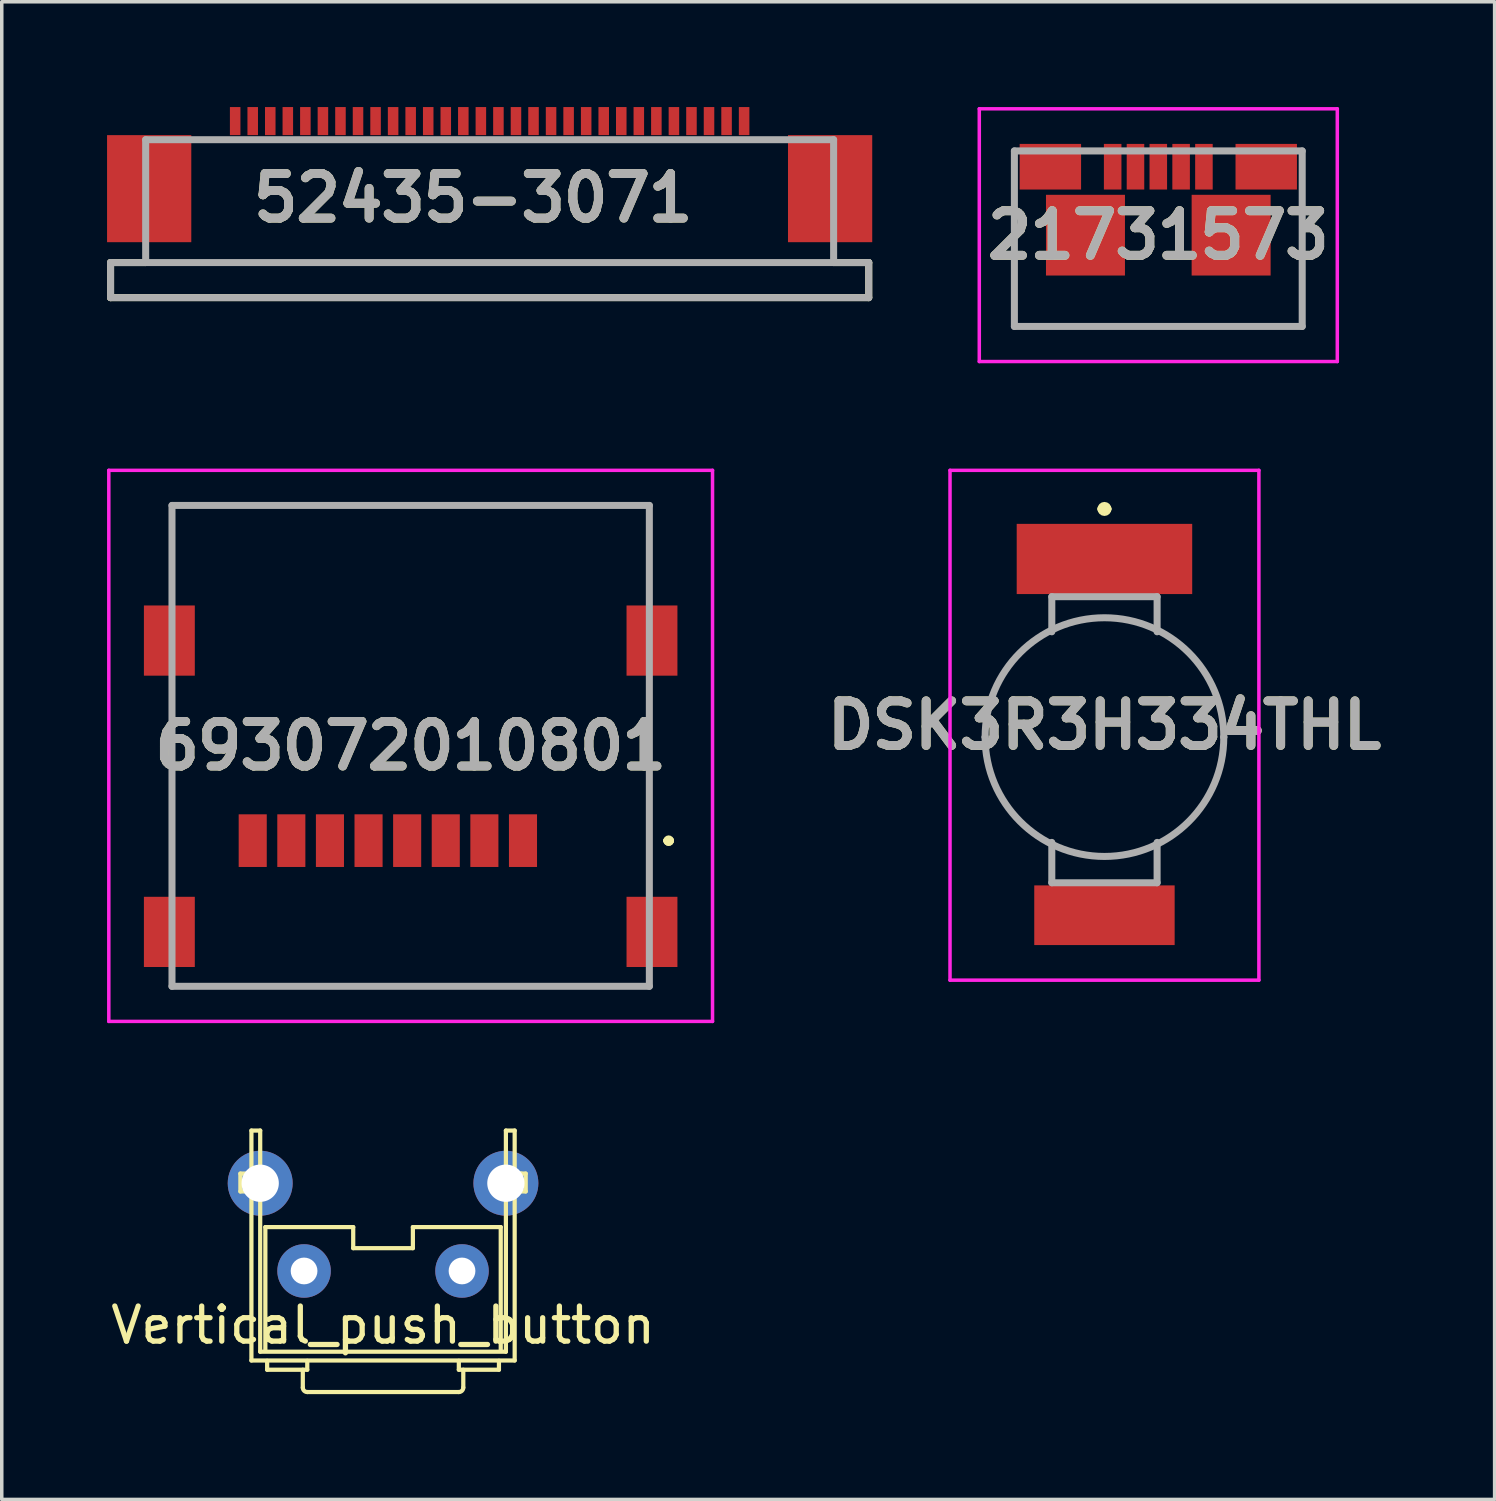
<source format=kicad_pcb>
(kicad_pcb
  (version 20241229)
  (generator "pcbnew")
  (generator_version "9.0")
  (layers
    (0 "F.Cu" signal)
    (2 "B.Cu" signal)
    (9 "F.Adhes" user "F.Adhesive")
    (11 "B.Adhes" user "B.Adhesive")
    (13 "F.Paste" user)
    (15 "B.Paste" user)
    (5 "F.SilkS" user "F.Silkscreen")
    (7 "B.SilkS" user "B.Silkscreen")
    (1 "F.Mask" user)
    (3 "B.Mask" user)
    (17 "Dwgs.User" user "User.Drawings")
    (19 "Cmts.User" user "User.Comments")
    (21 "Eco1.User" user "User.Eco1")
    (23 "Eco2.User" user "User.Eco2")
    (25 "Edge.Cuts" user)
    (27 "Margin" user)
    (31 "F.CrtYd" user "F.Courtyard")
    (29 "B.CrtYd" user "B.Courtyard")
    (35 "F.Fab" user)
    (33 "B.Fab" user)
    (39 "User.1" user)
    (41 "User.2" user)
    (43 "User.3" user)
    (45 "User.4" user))
  (footprint "21731573"
    (layer "F.Cu")
    (at 29.95 3.75)
    (property "Reference" "21731573" (at 0 -0.1 0) (layer "F.SilkS") (effects (font (size 1.27 1.27) (thickness 0.254))))
    (attr smd)
    (fp_line (start -4.1 -2.5) (end -4.1 -2.5) (stroke (width 0.1) (type solid)) (layer "F.SilkS"))
    (fp_line (start -4.1 -2.5) (end -4.1 2.5) (stroke (width 0.1) (type solid)) (layer "F.SilkS"))
    (fp_line (start -4.1 2.5) (end 4.1 2.5) (stroke (width 0.1) (type solid)) (layer "F.SilkS"))
    (fp_line (start 4.1 -2.5) (end 4.1 -2.5) (stroke (width 0.1) (type solid)) (layer "F.SilkS"))
    (fp_line (start 4.1 2.5) (end 4.1 -2.5) (stroke (width 0.1) (type solid)) (layer "F.SilkS"))
    (fp_line (start -5.1 -3.7) (end 5.1 -3.7) (stroke (width 0.1) (type solid)) (layer "F.CrtYd"))
    (fp_line (start -5.1 3.5) (end -5.1 -3.7) (stroke (width 0.1) (type solid)) (layer "F.CrtYd"))
    (fp_line (start 5.1 -3.7) (end 5.1 3.5) (stroke (width 0.1) (type solid)) (layer "F.CrtYd"))
    (fp_line (start 5.1 3.5) (end -5.1 3.5) (stroke (width 0.1) (type solid)) (layer "F.CrtYd"))
    (fp_line (start -4.1 -2.5) (end -4.1 2.5) (stroke (width 0.2) (type solid)) (layer "F.Fab"))
    (fp_line (start -4.1 2.5) (end 4.1 2.5) (stroke (width 0.2) (type solid)) (layer "F.Fab"))
    (fp_line (start 4.1 -2.5) (end -4.1 -2.5) (stroke (width 0.2) (type solid)) (layer "F.Fab"))
    (fp_line (start 4.1 2.5) (end 4.1 -2.5) (stroke (width 0.2) (type solid)) (layer "F.Fab"))
    (fp_text user "${REFERENCE}" (at 0 -0.1 0) (layer "F.Fab") (effects (font (size 1.27 1.27) (thickness 0.254))))
    (pad "1" smd rect (at 1.3 -2.05) (size 0.5 1.3) (layers "F.Cu" "F.Mask" "F.Paste"))
    (pad "2" smd rect (at 0.65 -2.05) (size 0.5 1.3) (layers "F.Cu" "F.Mask" "F.Paste"))
    (pad "3" smd rect (at 0 -2.05) (size 0.5 1.3) (layers "F.Cu" "F.Mask" "F.Paste"))
    (pad "4" smd rect (at -0.65 -2.05) (size 0.5 1.3) (layers "F.Cu" "F.Mask" "F.Paste"))
    (pad "5" smd rect (at -1.3 -2.05) (size 0.5 1.3) (layers "F.Cu" "F.Mask" "F.Paste"))
    (pad "6" smd rect (at -3.075 -2.05 90) (size 1.3 1.75) (layers "F.Cu" "F.Mask" "F.Paste"))
    (pad "6" smd rect (at -2.075 -0.1) (size 2.25 2.3) (layers "F.Cu" "F.Mask" "F.Paste"))
    (pad "6" smd rect (at 2.075 -0.1) (size 2.25 2.3) (layers "F.Cu" "F.Mask" "F.Paste"))
    (pad "6" smd rect (at 3.075 -2.05 90) (size 1.3 1.75) (layers "F.Cu" "F.Mask" "F.Paste")))
  (footprint "DSK3R3H334THL"
    (layer "F.Cu")
    (at 28.416 17.95)
    (property "Reference" "DSK3R3H334THL" (at 0 -0.337 0) (layer "F.SilkS") (effects (font (size 1.27 1.27) (thickness 0.254))))
    (attr smd)
    (fp_line (start -3.4 0) (end -3.4 0) (stroke (width 0.1) (type solid)) (layer "F.SilkS"))
    (fp_line (start -1.5 -3) (end -1.5 -3.5) (stroke (width 0.1) (type solid)) (layer "F.SilkS"))
    (fp_line (start -1.5 3) (end -1.5 3.5) (stroke (width 0.1) (type solid)) (layer "F.SilkS"))
    (fp_line (start -0.1 -6.5) (end -0.1 -6.5) (stroke (width 0.2) (type solid)) (layer "F.SilkS"))
    (fp_line (start 0.1 -6.5) (end 0.1 -6.5) (stroke (width 0.2) (type solid)) (layer "F.SilkS"))
    (fp_line (start 1.5 -3) (end 1.5 -3.5) (stroke (width 0.1) (type solid)) (layer "F.SilkS"))
    (fp_line (start 1.5 3) (end 1.5 3.5) (stroke (width 0.1) (type solid)) (layer "F.SilkS"))
    (fp_line (start 3.4 0) (end 3.4 0) (stroke (width 0.1) (type solid)) (layer "F.SilkS"))
    (fp_arc (start -3.4 0) (mid 0 -3.4) (end 3.4 0) (stroke (width 0.1) (type solid)) (layer "F.SilkS"))
    (fp_arc (start -0.1 -6.5) (mid 0 -6.6) (end 0.1 -6.5) (stroke (width 0.2) (type solid)) (layer "F.SilkS"))
    (fp_arc (start 0.1 -6.5) (mid 0 -6.4) (end -0.1 -6.5) (stroke (width 0.2) (type solid)) (layer "F.SilkS"))
    (fp_arc (start 3.4 0) (mid 0 3.4) (end -3.4 0) (stroke (width 0.1) (type solid)) (layer "F.SilkS"))
    (fp_line (start -4.4 -7.6) (end 4.4 -7.6) (stroke (width 0.1) (type solid)) (layer "F.CrtYd"))
    (fp_line (start -4.4 6.925) (end -4.4 -7.6) (stroke (width 0.1) (type solid)) (layer "F.CrtYd"))
    (fp_line (start 4.4 -7.6) (end 4.4 6.925) (stroke (width 0.1) (type solid)) (layer "F.CrtYd"))
    (fp_line (start 4.4 6.925) (end -4.4 6.925) (stroke (width 0.1) (type solid)) (layer "F.CrtYd"))
    (fp_line (start -3.4 0) (end -3.4 0) (stroke (width 0.2) (type solid)) (layer "F.Fab"))
    (fp_line (start -1.5 -4) (end 1.5 -4) (stroke (width 0.2) (type solid)) (layer "F.Fab"))
    (fp_line (start -1.5 -3) (end -1.5 -4) (stroke (width 0.2) (type solid)) (layer "F.Fab"))
    (fp_line (start -1.5 3) (end -1.5 4.15) (stroke (width 0.2) (type solid)) (layer "F.Fab"))
    (fp_line (start -1.5 4.15) (end 1.5 4.15) (stroke (width 0.2) (type solid)) (layer "F.Fab"))
    (fp_line (start 1.5 -4) (end 1.5 -3) (stroke (width 0.2) (type solid)) (layer "F.Fab"))
    (fp_line (start 1.5 4.15) (end 1.5 3) (stroke (width 0.2) (type solid)) (layer "F.Fab"))
    (fp_line (start 3.4 0) (end 3.4 0) (stroke (width 0.2) (type solid)) (layer "F.Fab"))
    (fp_arc (start -3.4 0) (mid 0 -3.4) (end 3.4 0) (stroke (width 0.2) (type solid)) (layer "F.Fab"))
    (fp_arc (start 3.4 0) (mid 0 3.4) (end -3.4 0) (stroke (width 0.2) (type solid)) (layer "F.Fab"))
    (fp_text user "${REFERENCE}" (at 0 -0.337 0) (layer "F.Fab") (effects (font (size 1.27 1.27) (thickness 0.254))))
    (pad "1" smd rect (at 0 -5.075 90) (size 2 5) (layers "F.Cu" "F.Mask" "F.Paste"))
    (pad "2" smd rect (at 0 5.075 90) (size 1.7 4) (layers "F.Cu" "F.Mask" "F.Paste")))
  (footprint "52435-3071"
    (layer "F.Cu")
    (at 10.9 0.93)
    (property "Reference" "52435-3071" (at -0.47 1.66 0) (layer "F.SilkS") (effects (font (size 1.27 1.27) (thickness 0.254))))
    (attr smd)
    (fp_line (start -10.8 3.5) (end -10.8 4.5) (stroke (width 0.2) (type solid)) (layer "F.SilkS"))
    (fp_line (start -10.8 4.5) (end 10.8 4.5) (stroke (width 0.2) (type solid)) (layer "F.SilkS"))
    (fp_line (start -9.8 3.5) (end -10.8 3.5) (stroke (width 0.2) (type solid)) (layer "F.SilkS"))
    (fp_line (start 10.8 3.5) (end 9.8 3.5) (stroke (width 0.2) (type solid)) (layer "F.SilkS"))
    (fp_line (start 10.8 4.5) (end 10.8 3.5) (stroke (width 0.2) (type solid)) (layer "F.SilkS"))
    (fp_line (start -10.8 3.5) (end -10.8 4.5) (stroke (width 0.2) (type solid)) (layer "F.Fab"))
    (fp_line (start -10.8 4.5) (end 10.8 4.5) (stroke (width 0.2) (type solid)) (layer "F.Fab"))
    (fp_line (start -9.8 0) (end 9.8 0) (stroke (width 0.2) (type solid)) (layer "F.Fab"))
    (fp_line (start -9.8 3.5) (end -10.8 3.5) (stroke (width 0.2) (type solid)) (layer "F.Fab"))
    (fp_line (start -9.8 3.5) (end -9.8 0) (stroke (width 0.2) (type solid)) (layer "F.Fab"))
    (fp_line (start 9.8 0) (end 9.8 3.5) (stroke (width 0.2) (type solid)) (layer "F.Fab"))
    (fp_line (start 9.8 3.5) (end -9.8 3.5) (stroke (width 0.2) (type solid)) (layer "F.Fab"))
    (fp_line (start 9.8 3.5) (end 10.8 3.5) (stroke (width 0.2) (type solid)) (layer "F.Fab"))
    (fp_line (start 10.8 4.5) (end 10.8 3.5) (stroke (width 0.2) (type solid)) (layer "F.Fab"))
    (fp_text user "${REFERENCE}" (at -0.47 1.66 0) (layer "F.Fab") (effects (font (size 1.27 1.27) (thickness 0.254))))
    (pad "1" smd rect (at -7.25 -0.53) (size 0.3 0.8) (layers "F.Cu" "F.Mask" "F.Paste"))
    (pad "2" smd rect (at -6.75 -0.53) (size 0.3 0.8) (layers "F.Cu" "F.Mask" "F.Paste"))
    (pad "3" smd rect (at -6.25 -0.53) (size 0.3 0.8) (layers "F.Cu" "F.Mask" "F.Paste"))
    (pad "4" smd rect (at -5.75 -0.53) (size 0.3 0.8) (layers "F.Cu" "F.Mask" "F.Paste"))
    (pad "5" smd rect (at -5.25 -0.53) (size 0.3 0.8) (layers "F.Cu" "F.Mask" "F.Paste"))
    (pad "6" smd rect (at -4.75 -0.53) (size 0.3 0.8) (layers "F.Cu" "F.Mask" "F.Paste"))
    (pad "7" smd rect (at -4.25 -0.53) (size 0.3 0.8) (layers "F.Cu" "F.Mask" "F.Paste"))
    (pad "8" smd rect (at -3.75 -0.53) (size 0.3 0.8) (layers "F.Cu" "F.Mask" "F.Paste"))
    (pad "9" smd rect (at -3.25 -0.53) (size 0.3 0.8) (layers "F.Cu" "F.Mask" "F.Paste"))
    (pad "10" smd rect (at -2.75 -0.53) (size 0.3 0.8) (layers "F.Cu" "F.Mask" "F.Paste"))
    (pad "11" smd rect (at -2.25 -0.53) (size 0.3 0.8) (layers "F.Cu" "F.Mask" "F.Paste"))
    (pad "12" smd rect (at -1.75 -0.53) (size 0.3 0.8) (layers "F.Cu" "F.Mask" "F.Paste"))
    (pad "13" smd rect (at -1.25 -0.53) (size 0.3 0.8) (layers "F.Cu" "F.Mask" "F.Paste"))
    (pad "14" smd rect (at -0.75 -0.53) (size 0.3 0.8) (layers "F.Cu" "F.Mask" "F.Paste"))
    (pad "15" smd rect (at -0.25 -0.53) (size 0.3 0.8) (layers "F.Cu" "F.Mask" "F.Paste"))
    (pad "16" smd rect (at 0.25 -0.53) (size 0.3 0.8) (layers "F.Cu" "F.Mask" "F.Paste"))
    (pad "17" smd rect (at 0.75 -0.53) (size 0.3 0.8) (layers "F.Cu" "F.Mask" "F.Paste"))
    (pad "18" smd rect (at 1.25 -0.53) (size 0.3 0.8) (layers "F.Cu" "F.Mask" "F.Paste"))
    (pad "19" smd rect (at 1.75 -0.53) (size 0.3 0.8) (layers "F.Cu" "F.Mask" "F.Paste"))
    (pad "20" smd rect (at 2.25 -0.53) (size 0.3 0.8) (layers "F.Cu" "F.Mask" "F.Paste"))
    (pad "21" smd rect (at 2.75 -0.53) (size 0.3 0.8) (layers "F.Cu" "F.Mask" "F.Paste"))
    (pad "22" smd rect (at 3.25 -0.53) (size 0.3 0.8) (layers "F.Cu" "F.Mask" "F.Paste"))
    (pad "23" smd rect (at 3.75 -0.53) (size 0.3 0.8) (layers "F.Cu" "F.Mask" "F.Paste"))
    (pad "24" smd rect (at 4.25 -0.53) (size 0.3 0.8) (layers "F.Cu" "F.Mask" "F.Paste"))
    (pad "25" smd rect (at 4.75 -0.53) (size 0.3 0.8) (layers "F.Cu" "F.Mask" "F.Paste"))
    (pad "26" smd rect (at 5.25 -0.53) (size 0.3 0.8) (layers "F.Cu" "F.Mask" "F.Paste"))
    (pad "27" smd rect (at 5.75 -0.53) (size 0.3 0.8) (layers "F.Cu" "F.Mask" "F.Paste"))
    (pad "28" smd rect (at 6.25 -0.53) (size 0.3 0.8) (layers "F.Cu" "F.Mask" "F.Paste"))
    (pad "29" smd rect (at 6.75 -0.53) (size 0.3 0.8) (layers "F.Cu" "F.Mask" "F.Paste"))
    (pad "30" smd rect (at 7.25 -0.53) (size 0.3 0.8) (layers "F.Cu" "F.Mask" "F.Paste"))
    (pad "31" smd rect (at -9.7 1.395) (size 2.4 3.05) (layers "F.Cu" "F.Mask" "F.Paste"))
    (pad "32" smd rect (at 9.7 1.395) (size 2.4 3.05) (layers "F.Cu" "F.Mask" "F.Paste")))
  (footprint "693072010801"
    (layer "F.Cu")
    (at 8.65 18.2)
    (property "Reference" "693072010801" (at 0 0 0) (layer "F.SilkS") (effects (font (size 1.27 1.27) (thickness 0.254))))
    (attr smd)
    (fp_line (start -6.8 -6.85) (end -6.8 -6.85) (stroke (width 0.1) (type solid)) (layer "F.SilkS"))
    (fp_line (start -6.8 -6.85) (end -6.8 -6.85) (stroke (width 0.1) (type solid)) (layer "F.SilkS"))
    (fp_line (start -6.8 -6.85) (end -6.8 -4.55) (stroke (width 0.1) (type solid)) (layer "F.SilkS"))
    (fp_line (start -6.8 -6.85) (end 6.8 -6.85) (stroke (width 0.1) (type solid)) (layer "F.SilkS"))
    (fp_line (start -6.8 -4.55) (end -6.8 -6.85) (stroke (width 0.1) (type solid)) (layer "F.SilkS"))
    (fp_line (start -6.8 -4.55) (end -6.8 -4.55) (stroke (width 0.1) (type solid)) (layer "F.SilkS"))
    (fp_line (start -6.8 -1.3) (end -6.8 -1.3) (stroke (width 0.1) (type solid)) (layer "F.SilkS"))
    (fp_line (start -6.8 -1.3) (end -6.8 3.7) (stroke (width 0.1) (type solid)) (layer "F.SilkS"))
    (fp_line (start -6.8 3.7) (end -6.8 -1.3) (stroke (width 0.1) (type solid)) (layer "F.SilkS"))
    (fp_line (start -6.8 3.7) (end -6.8 3.7) (stroke (width 0.1) (type solid)) (layer "F.SilkS"))
    (fp_line (start -6.8 6.85) (end -6.8 6.85) (stroke (width 0.1) (type solid)) (layer "F.SilkS"))
    (fp_line (start -6.8 6.85) (end 6.8 6.85) (stroke (width 0.1) (type solid)) (layer "F.SilkS"))
    (fp_line (start 6.8 -6.85) (end -6.8 -6.85) (stroke (width 0.1) (type solid)) (layer "F.SilkS"))
    (fp_line (start 6.8 -6.85) (end 6.8 -6.85) (stroke (width 0.1) (type solid)) (layer "F.SilkS"))
    (fp_line (start 6.8 -6.85) (end 6.8 -6.85) (stroke (width 0.1) (type solid)) (layer "F.SilkS"))
    (fp_line (start 6.8 -6.85) (end 6.8 -4.55) (stroke (width 0.1) (type solid)) (layer "F.SilkS"))
    (fp_line (start 6.8 -4.55) (end 6.8 -6.85) (stroke (width 0.1) (type solid)) (layer "F.SilkS"))
    (fp_line (start 6.8 -4.55) (end 6.8 -4.55) (stroke (width 0.1) (type solid)) (layer "F.SilkS"))
    (fp_line (start 6.8 -1.3) (end 6.8 -1.3) (stroke (width 0.1) (type solid)) (layer "F.SilkS"))
    (fp_line (start 6.8 -1.3) (end 6.8 3.7) (stroke (width 0.1) (type solid)) (layer "F.SilkS"))
    (fp_line (start 6.8 3.7) (end 6.8 -1.3) (stroke (width 0.1) (type solid)) (layer "F.SilkS"))
    (fp_line (start 6.8 3.7) (end 6.8 3.7) (stroke (width 0.1) (type solid)) (layer "F.SilkS"))
    (fp_line (start 6.8 6.85) (end -6.8 6.85) (stroke (width 0.1) (type solid)) (layer "F.SilkS"))
    (fp_line (start 6.8 6.85) (end 6.8 6.85) (stroke (width 0.1) (type solid)) (layer "F.SilkS"))
    (fp_line (start 7.3 2.7) (end 7.3 2.7) (stroke (width 0.2) (type solid)) (layer "F.SilkS"))
    (fp_line (start 7.3 2.7) (end 7.3 2.7) (stroke (width 0.2) (type solid)) (layer "F.SilkS"))
    (fp_line (start 7.4 2.7) (end 7.4 2.7) (stroke (width 0.2) (type solid)) (layer "F.SilkS"))
    (fp_arc (start 7.3 2.7) (mid 7.35 2.65) (end 7.4 2.7) (stroke (width 0.2) (type solid)) (layer "F.SilkS"))
    (fp_arc (start 7.4 2.7) (mid 7.35 2.75) (end 7.3 2.7) (stroke (width 0.2) (type solid)) (layer "F.SilkS"))
    (fp_arc (start 7.4 2.7) (mid 7.35 2.75) (end 7.3 2.7) (stroke (width 0.2) (type solid)) (layer "F.SilkS"))
    (fp_line (start -8.6 -7.85) (end 8.6 -7.85) (stroke (width 0.1) (type solid)) (layer "F.CrtYd"))
    (fp_line (start -8.6 7.85) (end -8.6 -7.85) (stroke (width 0.1) (type solid)) (layer "F.CrtYd"))
    (fp_line (start 8.6 -7.85) (end 8.6 7.85) (stroke (width 0.1) (type solid)) (layer "F.CrtYd"))
    (fp_line (start 8.6 7.85) (end -8.6 7.85) (stroke (width 0.1) (type solid)) (layer "F.CrtYd"))
    (fp_line (start -6.8 -6.85) (end -6.8 6.85) (stroke (width 0.2) (type solid)) (layer "F.Fab"))
    (fp_line (start -6.8 6.85) (end 6.8 6.85) (stroke (width 0.2) (type solid)) (layer "F.Fab"))
    (fp_line (start 6.8 -6.85) (end -6.8 -6.85) (stroke (width 0.2) (type solid)) (layer "F.Fab"))
    (fp_line (start 6.8 6.85) (end 6.8 -6.85) (stroke (width 0.2) (type solid)) (layer "F.Fab"))
    (fp_text user "${REFERENCE}" (at 0 0 0) (layer "F.Fab") (effects (font (size 1.27 1.27) (thickness 0.254))))
    (pad "1" smd rect (at 3.2 2.7) (size 0.8 1.5) (layers "F.Cu" "F.Mask" "F.Paste"))
    (pad "2" smd rect (at 2.1 2.7) (size 0.8 1.5) (layers "F.Cu" "F.Mask" "F.Paste"))
    (pad "3" smd rect (at 1 2.7) (size 0.8 1.5) (layers "F.Cu" "F.Mask" "F.Paste"))
    (pad "4" smd rect (at -0.1 2.7) (size 0.8 1.5) (layers "F.Cu" "F.Mask" "F.Paste"))
    (pad "5" smd rect (at -1.2 2.7) (size 0.8 1.5) (layers "F.Cu" "F.Mask" "F.Paste"))
    (pad "6" smd rect (at -2.3 2.7) (size 0.8 1.5) (layers "F.Cu" "F.Mask" "F.Paste"))
    (pad "7" smd rect (at -3.4 2.7) (size 0.8 1.5) (layers "F.Cu" "F.Mask" "F.Paste"))
    (pad "8" smd rect (at -4.5 2.7) (size 0.8 1.5) (layers "F.Cu" "F.Mask" "F.Paste"))
    (pad "9" smd rect (at -6.875 -3) (size 1.45 2) (layers "F.Cu" "F.Mask" "F.Paste"))
    (pad "9" smd rect (at -6.875 5.3) (size 1.45 2) (layers "F.Cu" "F.Mask" "F.Paste"))
    (pad "9" smd rect (at 6.875 -3) (size 1.45 2) (layers "F.Cu" "F.Mask" "F.Paste"))
    (pad "9" smd rect (at 6.875 5.3) (size 1.45 2) (layers "F.Cu" "F.Mask" "F.Paste")))
  (footprint "Vertical_push_button"
    (layer "F.Cu")
    (at 7.863 31.91)
    (property "Reference" "Vertical_push_button" (at 0 2.794 180) (layer "F.SilkS") (effects (font (size 1 1) (thickness 0.15))))
    (attr through_hole)
    (fp_line (start -4.064 -1.016) (end -4.064 -1.524) (stroke (width 0.12) (type solid)) (layer "F.SilkS"))
    (fp_line (start -4.064 -1.016) (end -3.81 -1.016) (stroke (width 0.12) (type solid)) (layer "F.SilkS"))
    (fp_line (start -3.81 -1.524) (end -4.064 -1.524) (stroke (width 0.12) (type solid)) (layer "F.SilkS"))
    (fp_line (start -3.75 -2.75) (end -3.5 -2.75) (stroke (width 0.12) (type solid)) (layer "F.SilkS"))
    (fp_line (start -3.75 3.8) (end -3.75 -2.75) (stroke (width 0.12) (type solid)) (layer "F.SilkS"))
    (fp_line (start -3.5 -2.75) (end -3.5 3.55) (stroke (width 0.12) (type solid)) (layer "F.SilkS"))
    (fp_line (start -3.353 0) (end -3.353 3.505) (stroke (width 0.12) (type solid)) (layer "F.SilkS"))
    (fp_line (start -3.302 4.064) (end -3.302 3.81) (stroke (width 0.12) (type solid)) (layer "F.SilkS"))
    (fp_line (start -3.302 4.064) (end -2.159 4.064) (stroke (width 0.12) (type solid)) (layer "F.SilkS"))
    (fp_line (start -2.286 4.572) (end -2.286 4.064) (stroke (width 0.12) (type solid)) (layer "F.SilkS"))
    (fp_line (start -2.159 4.064) (end -2.159 3.81) (stroke (width 0.12) (type solid)) (layer "F.SilkS"))
    (fp_line (start -2.159 4.699) (end 2.159 4.699) (stroke (width 0.12) (type solid)) (layer "F.SilkS"))
    (fp_line (start -0.85 0) (end -3.353 0) (stroke (width 0.12) (type solid)) (layer "F.SilkS"))
    (fp_line (start -0.85 0.6) (end -0.85 0) (stroke (width 0.12) (type solid)) (layer "F.SilkS"))
    (fp_line (start -0.85 0.6) (end 0.85 0.6) (stroke (width 0.12) (type solid)) (layer "F.SilkS"))
    (fp_line (start 0.85 0) (end 3.353 0) (stroke (width 0.12) (type solid)) (layer "F.SilkS"))
    (fp_line (start 0.85 0.6) (end 0.85 0) (stroke (width 0.12) (type solid)) (layer "F.SilkS"))
    (fp_line (start 2.159 3.81) (end 2.159 4.064) (stroke (width 0.12) (type solid)) (layer "F.SilkS"))
    (fp_line (start 2.159 4.064) (end 3.302 4.064) (stroke (width 0.12) (type solid)) (layer "F.SilkS"))
    (fp_line (start 2.286 4.572) (end 2.286 4.064) (stroke (width 0.12) (type solid)) (layer "F.SilkS"))
    (fp_line (start 3.302 4.064) (end 3.302 3.81) (stroke (width 0.12) (type solid)) (layer "F.SilkS"))
    (fp_line (start 3.353 0) (end 3.353 3.505) (stroke (width 0.12) (type solid)) (layer "F.SilkS"))
    (fp_line (start 3.5 -2.75) (end 3.5 3.55) (stroke (width 0.12) (type solid)) (layer "F.SilkS"))
    (fp_line (start 3.5 -2.75) (end 3.75 -2.75) (stroke (width 0.12) (type solid)) (layer "F.SilkS"))
    (fp_line (start 3.5 3.55) (end -3.5 3.55) (stroke (width 0.12) (type solid)) (layer "F.SilkS"))
    (fp_line (start 3.75 3.8) (end -3.75 3.8) (stroke (width 0.12) (type solid)) (layer "F.SilkS"))
    (fp_line (start 3.75 3.8) (end 3.75 -2.75) (stroke (width 0.12) (type solid)) (layer "F.SilkS"))
    (fp_line (start 3.81 -1.524) (end 3.937 -1.524) (stroke (width 0.12) (type solid)) (layer "F.SilkS"))
    (fp_line (start 3.937 -1.524) (end 4.064 -1.524) (stroke (width 0.12) (type solid)) (layer "F.SilkS"))
    (fp_line (start 4.064 -1.524) (end 4.064 -1.016) (stroke (width 0.12) (type solid)) (layer "F.SilkS"))
    (fp_line (start 4.064 -1.016) (end 3.81 -1.016) (stroke (width 0.12) (type solid)) (layer "F.SilkS"))
    (fp_arc (start -2.159 4.699) (mid -2.248803 4.661803) (end -2.286 4.572) (stroke (width 0.12) (type solid)) (layer "F.SilkS"))
    (fp_arc (start 2.286 4.572) (mid 2.248803 4.661803) (end 2.159 4.699) (stroke (width 0.12) (type solid)) (layer "F.SilkS"))
    (pad "1" thru_hole circle (at -2.25 1.25) (size 1.524 1.524) (drill 0.762) (layers "*.Cu" "*.Mask"))
    (pad "2" thru_hole circle (at 2.25 1.25) (size 1.524 1.524) (drill 0.762) (layers "*.Cu" "*.Mask"))
    (pad "3" thru_hole circle (at 3.5 -1.25) (size 1.85 1.85) (drill 1.062) (layers "*.Cu" "*.Mask"))
    (pad "4" thru_hole circle (at -3.5 -1.25) (size 1.85 1.85) (drill 1.062) (layers "*.Cu" "*.Mask")))
  (gr_rect
    (start -3 -3)
    (end 39.532 39.669)
    (stroke (width 0.1) (type default))
    (fill no)
    (layer "Edge.Cuts")))
</source>
